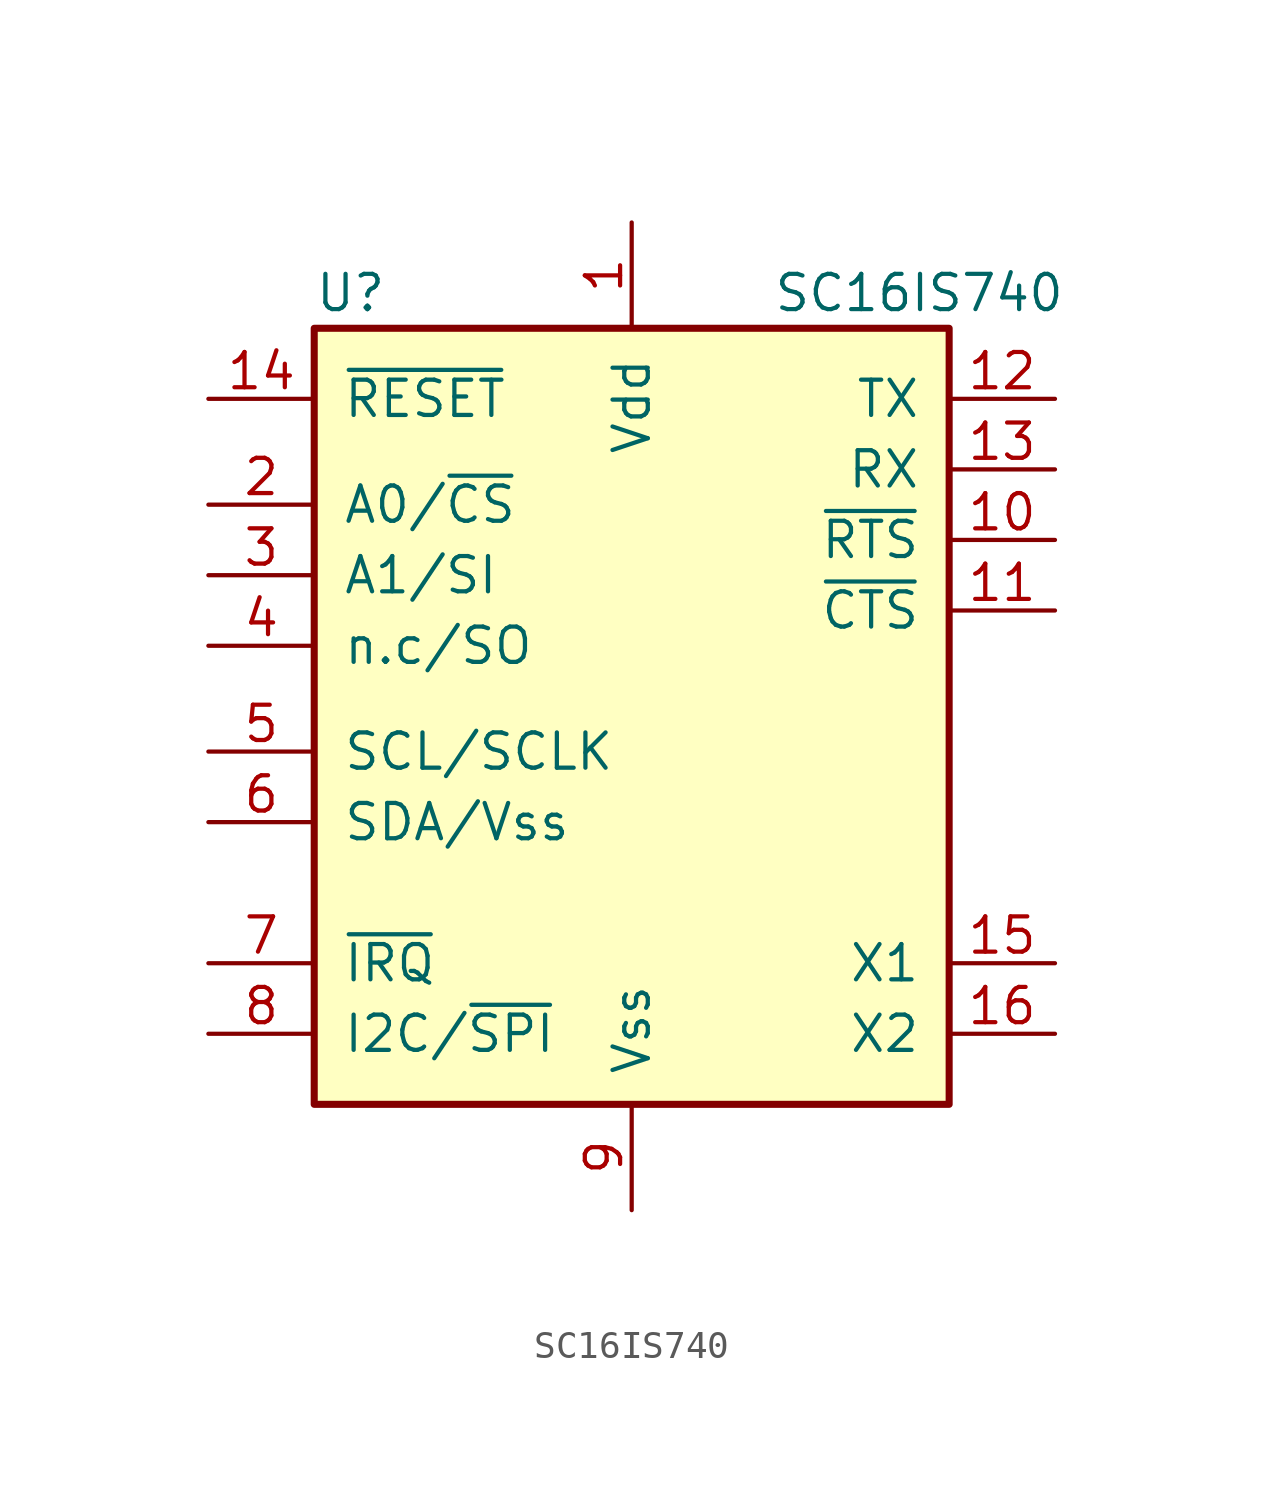
<source format=kicad_sym>
(kicad_symbol_lib
  (version 20231120)
  (generator "kicad_symbol_editor")
  (generator_version "8.0")
  (symbol "SC16IS740"
    (pin_names
      (offset 1.016))
    (property "Reference" "U"
      (at -11.43 15.24 0)
      (effects (font (size 1.27 1.27)) (justify left)))
    (property "Value" "SC16IS740"
      (at 5.08 15.24 0)
      (effects (font (size 1.27 1.27)) (justify left)))
    (property "Footprint" ""
      (at 0 -6.35 0)
      (effects (font (size 1.27 1.27))))
    (property "Datasheet" ""
      (at 0 -6.35 0)
      (effects (font (size 1.27 1.27))))
    (symbol "SC16IS740_0_1"
      (rectangle (start -11.43 -13.97) (end 11.43 13.97) (stroke (width 0.254) (type solid)) (fill (type background))))
    (symbol "SC16IS740_1_1"
      (pin power_in line (at 0 17.78 270) (length 3.81) (name "Vdd" (effects (font (size 1.27 1.27)))) (number "1" (effects (font (size 1.27 1.27)))))
      (pin output line (at 15.24 6.35 180) (length 3.81) (name "~{RTS}" (effects (font (size 1.27 1.27)))) (number "10" (effects (font (size 1.27 1.27)))))
      (pin input line (at 15.24 3.81 180) (length 3.81) (name "~{CTS}" (effects (font (size 1.27 1.27)))) (number "11" (effects (font (size 1.27 1.27)))))
      (pin output line (at 15.24 11.43 180) (length 3.81) (name "TX" (effects (font (size 1.27 1.27)))) (number "12" (effects (font (size 1.27 1.27)))))
      (pin input line (at 15.24 8.89 180) (length 3.81) (name "RX" (effects (font (size 1.27 1.27)))) (number "13" (effects (font (size 1.27 1.27)))))
      (pin input line (at -15.24 11.43 0) (length 3.81) (name "~{RESET}" (effects (font (size 1.27 1.27)))) (number "14" (effects (font (size 1.27 1.27)))))
      (pin input line (at 15.24 -8.89 180) (length 3.81) (name "X1" (effects (font (size 1.27 1.27)))) (number "15" (effects (font (size 1.27 1.27)))))
      (pin output line (at 15.24 -11.43 180) (length 3.81) (name "X2" (effects (font (size 1.27 1.27)))) (number "16" (effects (font (size 1.27 1.27)))))
      (pin input line (at -15.24 7.62 0) (length 3.81) (name "A0/~{CS}" (effects (font (size 1.27 1.27)))) (number "2" (effects (font (size 1.27 1.27)))))
      (pin input line (at -15.24 5.08 0) (length 3.81) (name "A1/SI" (effects (font (size 1.27 1.27)))) (number "3" (effects (font (size 1.27 1.27)))))
      (pin output line (at -15.24 2.54 0) (length 3.81) (name "n.c/SO" (effects (font (size 1.27 1.27)))) (number "4" (effects (font (size 1.27 1.27)))))
      (pin input line (at -15.24 -1.27 0) (length 3.81) (name "SCL/SCLK" (effects (font (size 1.27 1.27)))) (number "5" (effects (font (size 1.27 1.27)))))
      (pin bidirectional line (at -15.24 -3.81 0) (length 3.81) (name "SDA/Vss" (effects (font (size 1.27 1.27)))) (number "6" (effects (font (size 1.27 1.27)))))
      (pin output line (at -15.24 -8.89 0) (length 3.81) (name "~{IRQ}" (effects (font (size 1.27 1.27)))) (number "7" (effects (font (size 1.27 1.27)))))
      (pin input line (at -15.24 -11.43 0) (length 3.81) (name "I2C/~{SPI}" (effects (font (size 1.27 1.27)))) (number "8" (effects (font (size 1.27 1.27)))))
      (pin power_in line (at 0 -17.78 90) (length 3.81) (name "Vss" (effects (font (size 1.27 1.27)))) (number "9" (effects (font (size 1.27 1.27))))))))
</source>
